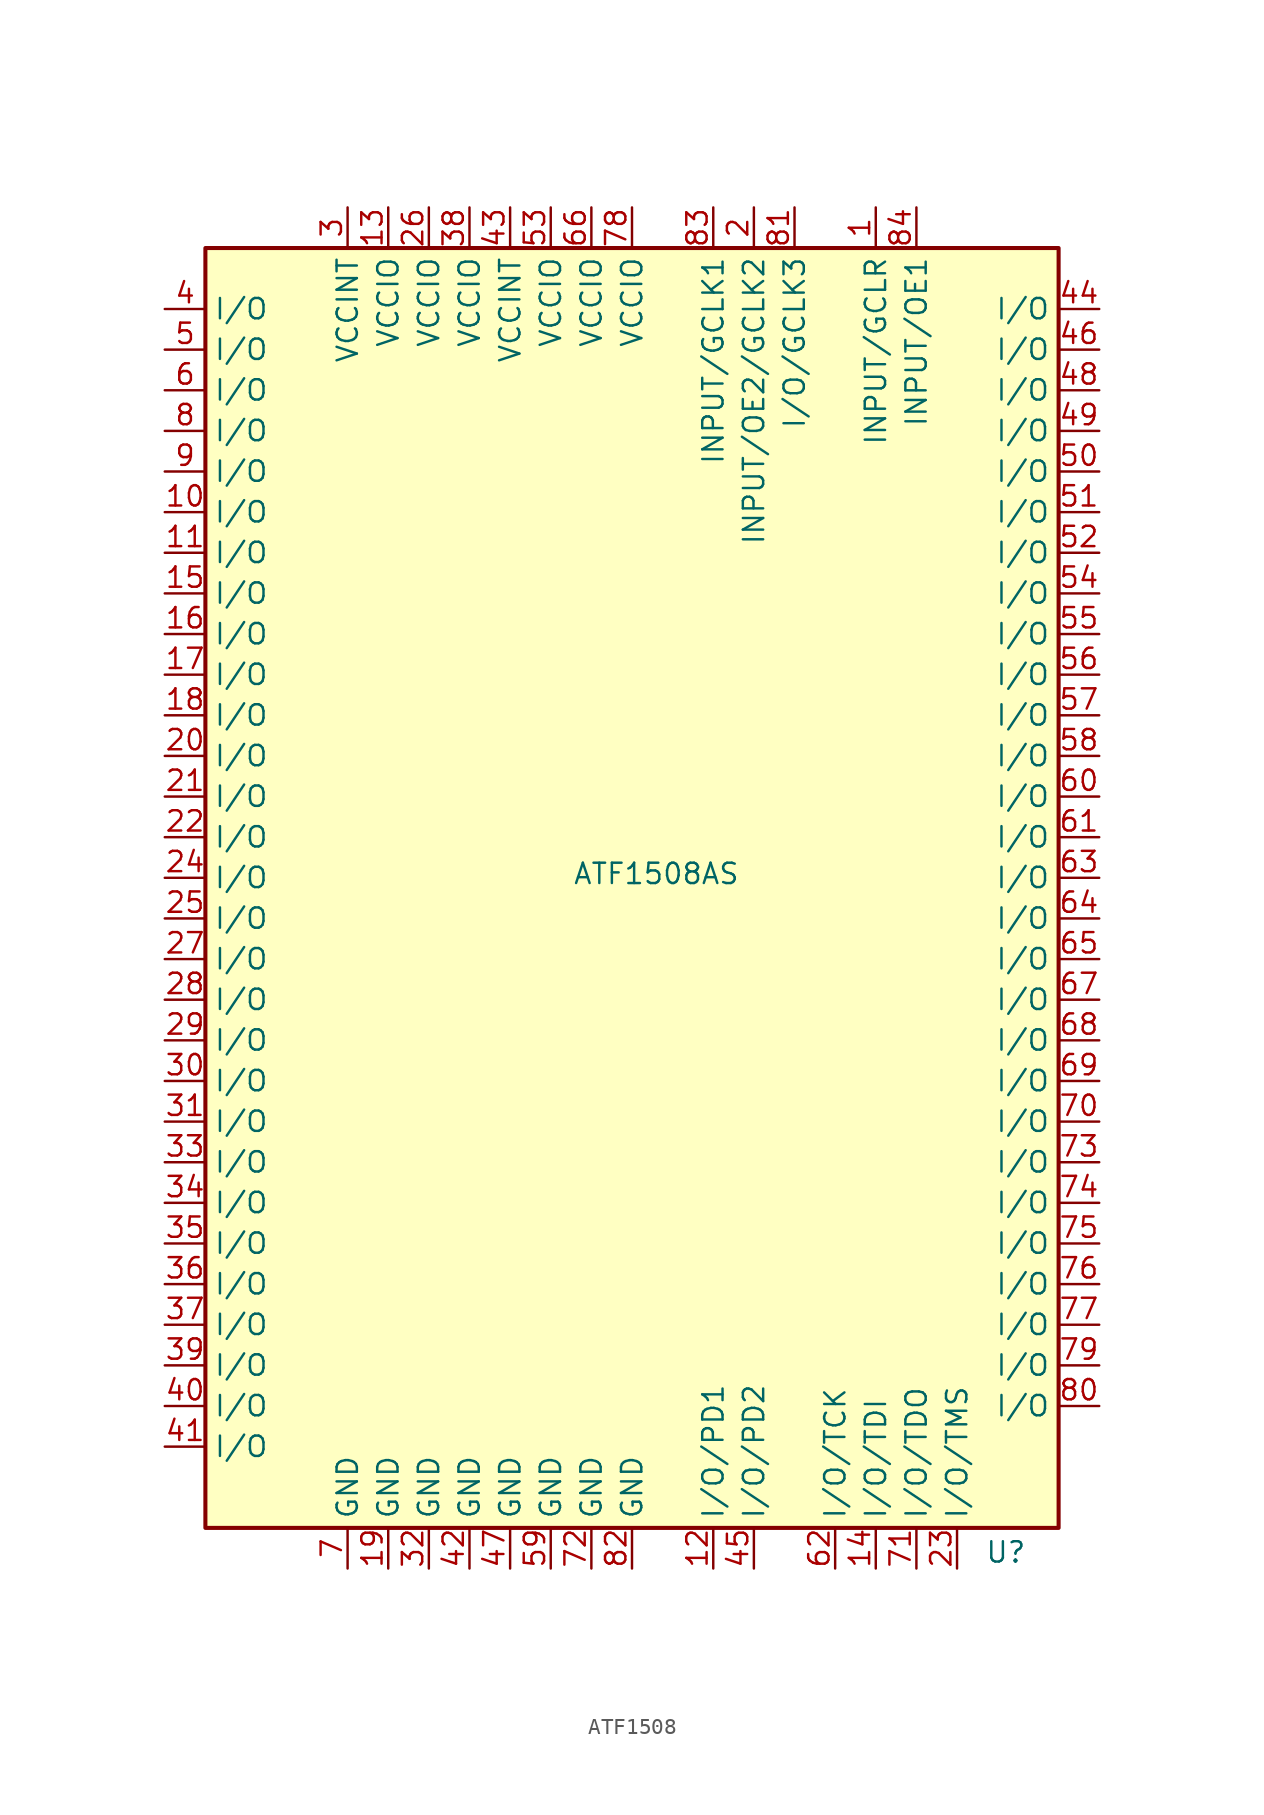
<source format=kicad_sym>
(kicad_symbol_lib
  (version 20231120)
  (generator "kicad_symbol_editor")
  (generator_version "8.0")
  (symbol "ATF1508"
    (property "Reference" "U"
      (at 22.098 -42.164 0)
      (effects (font (size 1.27 1.27))))
    (property "Value" "ATF1508AS"
      (at 0.254 0.254 0)
      (effects (font (size 1.27 1.27))))
    (symbol "ATF1508_0_1"
      (rectangle (start -27.94 39.37) (end 25.4 -40.64) (stroke (width 0.254) (type default)) (fill (type background))))
    (symbol "ATF1508_1_0"
      (pin bidirectional line (at 6.35 -43.18 90) (length 2.54) (name "I/O/PD2" (effects (font (size 1.27 1.27)))) (number "45" (effects (font (size 1.27 1.27)))))
      (pin bidirectional line (at 27.94 33.02 180) (length 2.54) (name "I/O" (effects (font (size 1.27 1.27)))) (number "46" (effects (font (size 1.27 1.27)))))
      (pin power_in line (at -8.89 -43.18 90) (length 2.54) (name "GND" (effects (font (size 1.27 1.27)))) (number "47" (effects (font (size 1.27 1.27)))))
      (pin bidirectional line (at 27.94 30.48 180) (length 2.54) (name "I/O" (effects (font (size 1.27 1.27)))) (number "48" (effects (font (size 1.27 1.27)))))
      (pin bidirectional line (at 27.94 27.94 180) (length 2.54) (name "I/O" (effects (font (size 1.27 1.27)))) (number "49" (effects (font (size 1.27 1.27)))))
      (pin bidirectional line (at 27.94 25.4 180) (length 2.54) (name "I/O" (effects (font (size 1.27 1.27)))) (number "50" (effects (font (size 1.27 1.27)))))
      (pin bidirectional line (at 27.94 22.86 180) (length 2.54) (name "I/O" (effects (font (size 1.27 1.27)))) (number "51" (effects (font (size 1.27 1.27)))))
      (pin bidirectional line (at 27.94 20.32 180) (length 2.54) (name "I/O" (effects (font (size 1.27 1.27)))) (number "52" (effects (font (size 1.27 1.27)))))
      (pin power_in line (at -6.35 41.91 270) (length 2.54) (name "VCCIO" (effects (font (size 1.27 1.27)))) (number "53" (effects (font (size 1.27 1.27)))))
      (pin bidirectional line (at 27.94 17.78 180) (length 2.54) (name "I/O" (effects (font (size 1.27 1.27)))) (number "54" (effects (font (size 1.27 1.27)))))
      (pin bidirectional line (at 27.94 15.24 180) (length 2.54) (name "I/O" (effects (font (size 1.27 1.27)))) (number "55" (effects (font (size 1.27 1.27)))))
      (pin bidirectional line (at 27.94 12.7 180) (length 2.54) (name "I/O" (effects (font (size 1.27 1.27)))) (number "56" (effects (font (size 1.27 1.27)))))
      (pin bidirectional line (at 27.94 10.16 180) (length 2.54) (name "I/O" (effects (font (size 1.27 1.27)))) (number "57" (effects (font (size 1.27 1.27)))))
      (pin bidirectional line (at 27.94 7.62 180) (length 2.54) (name "I/O" (effects (font (size 1.27 1.27)))) (number "58" (effects (font (size 1.27 1.27)))))
      (pin power_in line (at -6.35 -43.18 90) (length 2.54) (name "GND" (effects (font (size 1.27 1.27)))) (number "59" (effects (font (size 1.27 1.27)))))
      (pin bidirectional line (at 27.94 5.08 180) (length 2.54) (name "I/O" (effects (font (size 1.27 1.27)))) (number "60" (effects (font (size 1.27 1.27)))))
      (pin bidirectional line (at 27.94 2.54 180) (length 2.54) (name "I/O" (effects (font (size 1.27 1.27)))) (number "61" (effects (font (size 1.27 1.27)))))
      (pin bidirectional line (at 11.43 -43.18 90) (length 2.54) (name "I/O/TCK" (effects (font (size 1.27 1.27)))) (number "62" (effects (font (size 1.27 1.27)))))
      (pin bidirectional line (at 27.94 0 180) (length 2.54) (name "I/O" (effects (font (size 1.27 1.27)))) (number "63" (effects (font (size 1.27 1.27)))))
      (pin bidirectional line (at 27.94 -2.54 180) (length 2.54) (name "I/O" (effects (font (size 1.27 1.27)))) (number "64" (effects (font (size 1.27 1.27)))))
      (pin bidirectional line (at 27.94 -5.08 180) (length 2.54) (name "I/O" (effects (font (size 1.27 1.27)))) (number "65" (effects (font (size 1.27 1.27)))))
      (pin power_in line (at -3.81 41.91 270) (length 2.54) (name "VCCIO" (effects (font (size 1.27 1.27)))) (number "66" (effects (font (size 1.27 1.27)))))
      (pin bidirectional line (at 27.94 -7.62 180) (length 2.54) (name "I/O" (effects (font (size 1.27 1.27)))) (number "67" (effects (font (size 1.27 1.27)))))
      (pin bidirectional line (at 27.94 -10.16 180) (length 2.54) (name "I/O" (effects (font (size 1.27 1.27)))) (number "68" (effects (font (size 1.27 1.27)))))
      (pin bidirectional line (at 27.94 -12.7 180) (length 2.54) (name "I/O" (effects (font (size 1.27 1.27)))) (number "69" (effects (font (size 1.27 1.27)))))
      (pin bidirectional line (at 27.94 -15.24 180) (length 2.54) (name "I/O" (effects (font (size 1.27 1.27)))) (number "70" (effects (font (size 1.27 1.27)))))
      (pin bidirectional line (at 16.51 -43.18 90) (length 2.54) (name "I/O/TDO" (effects (font (size 1.27 1.27)))) (number "71" (effects (font (size 1.27 1.27)))))
      (pin power_in line (at -3.81 -43.18 90) (length 2.54) (name "GND" (effects (font (size 1.27 1.27)))) (number "72" (effects (font (size 1.27 1.27)))))
      (pin bidirectional line (at 27.94 -17.78 180) (length 2.54) (name "I/O" (effects (font (size 1.27 1.27)))) (number "73" (effects (font (size 1.27 1.27)))))
      (pin bidirectional line (at 27.94 -20.32 180) (length 2.54) (name "I/O" (effects (font (size 1.27 1.27)))) (number "74" (effects (font (size 1.27 1.27)))))
      (pin bidirectional line (at 27.94 -22.86 180) (length 2.54) (name "I/O" (effects (font (size 1.27 1.27)))) (number "75" (effects (font (size 1.27 1.27)))))
      (pin bidirectional line (at 27.94 -25.4 180) (length 2.54) (name "I/O" (effects (font (size 1.27 1.27)))) (number "76" (effects (font (size 1.27 1.27)))))
      (pin bidirectional line (at 27.94 -27.94 180) (length 2.54) (name "I/O" (effects (font (size 1.27 1.27)))) (number "77" (effects (font (size 1.27 1.27)))))
      (pin power_in line (at -1.27 41.91 270) (length 2.54) (name "VCCIO" (effects (font (size 1.27 1.27)))) (number "78" (effects (font (size 1.27 1.27)))))
      (pin bidirectional line (at 27.94 -30.48 180) (length 2.54) (name "I/O" (effects (font (size 1.27 1.27)))) (number "79" (effects (font (size 1.27 1.27)))))
      (pin bidirectional line (at 27.94 -33.02 180) (length 2.54) (name "I/O" (effects (font (size 1.27 1.27)))) (number "80" (effects (font (size 1.27 1.27)))))
      (pin bidirectional line (at 8.89 41.91 270) (length 2.54) (name "I/O/GCLK3" (effects (font (size 1.27 1.27)))) (number "81" (effects (font (size 1.27 1.27)))))
      (pin power_in line (at -1.27 -43.18 90) (length 2.54) (name "GND" (effects (font (size 1.27 1.27)))) (number "82" (effects (font (size 1.27 1.27)))))
      (pin bidirectional line (at 3.81 41.91 270) (length 2.54) (name "INPUT/GCLK1" (effects (font (size 1.27 1.27)))) (number "83" (effects (font (size 1.27 1.27)))))
      (pin bidirectional line (at 16.51 41.91 270) (length 2.54) (name "INPUT/OE1" (effects (font (size 1.27 1.27)))) (number "84" (effects (font (size 1.27 1.27))))))
    (symbol "ATF1508_1_1"
      (pin input line (at 13.97 41.91 270) (length 2.54) (name "INPUT/GCLR" (effects (font (size 1.27 1.27)))) (number "1" (effects (font (size 1.27 1.27)))))
      (pin bidirectional line (at -30.48 22.86 0) (length 2.54) (name "I/O" (effects (font (size 1.27 1.27)))) (number "10" (effects (font (size 1.27 1.27)))))
      (pin bidirectional line (at -30.48 20.32 0) (length 2.54) (name "I/O" (effects (font (size 1.27 1.27)))) (number "11" (effects (font (size 1.27 1.27)))))
      (pin bidirectional line (at 3.81 -43.18 90) (length 2.54) (name "I/O/PD1" (effects (font (size 1.27 1.27)))) (number "12" (effects (font (size 1.27 1.27)))))
      (pin power_in line (at -16.51 41.91 270) (length 2.54) (name "VCCIO" (effects (font (size 1.27 1.27)))) (number "13" (effects (font (size 1.27 1.27)))))
      (pin bidirectional line (at 13.97 -43.18 90) (length 2.54) (name "I/O/TDI" (effects (font (size 1.27 1.27)))) (number "14" (effects (font (size 1.27 1.27)))))
      (pin bidirectional line (at -30.48 17.78 0) (length 2.54) (name "I/O" (effects (font (size 1.27 1.27)))) (number "15" (effects (font (size 1.27 1.27)))))
      (pin bidirectional line (at -30.48 15.24 0) (length 2.54) (name "I/O" (effects (font (size 1.27 1.27)))) (number "16" (effects (font (size 1.27 1.27)))))
      (pin bidirectional line (at -30.48 12.7 0) (length 2.54) (name "I/O" (effects (font (size 1.27 1.27)))) (number "17" (effects (font (size 1.27 1.27)))))
      (pin bidirectional line (at -30.48 10.16 0) (length 2.54) (name "I/O" (effects (font (size 1.27 1.27)))) (number "18" (effects (font (size 1.27 1.27)))))
      (pin power_in line (at -16.51 -43.18 90) (length 2.54) (name "GND" (effects (font (size 1.27 1.27)))) (number "19" (effects (font (size 1.27 1.27)))))
      (pin input line (at 6.35 41.91 270) (length 2.54) (name "INPUT/OE2/GCLK2" (effects (font (size 1.27 1.27)))) (number "2" (effects (font (size 1.27 1.27)))))
      (pin bidirectional line (at -30.48 7.62 0) (length 2.54) (name "I/O" (effects (font (size 1.27 1.27)))) (number "20" (effects (font (size 1.27 1.27)))))
      (pin bidirectional line (at -30.48 5.08 0) (length 2.54) (name "I/O" (effects (font (size 1.27 1.27)))) (number "21" (effects (font (size 1.27 1.27)))))
      (pin bidirectional line (at -30.48 2.54 0) (length 2.54) (name "I/O" (effects (font (size 1.27 1.27)))) (number "22" (effects (font (size 1.27 1.27)))))
      (pin bidirectional line (at 19.05 -43.18 90) (length 2.54) (name "I/O/TMS" (effects (font (size 1.27 1.27)))) (number "23" (effects (font (size 1.27 1.27)))))
      (pin bidirectional line (at -30.48 0 0) (length 2.54) (name "I/O" (effects (font (size 1.27 1.27)))) (number "24" (effects (font (size 1.27 1.27)))))
      (pin bidirectional line (at -30.48 -2.54 0) (length 2.54) (name "I/O" (effects (font (size 1.27 1.27)))) (number "25" (effects (font (size 1.27 1.27)))))
      (pin power_in line (at -13.97 41.91 270) (length 2.54) (name "VCCIO" (effects (font (size 1.27 1.27)))) (number "26" (effects (font (size 1.27 1.27)))))
      (pin bidirectional line (at -30.48 -5.08 0) (length 2.54) (name "I/O" (effects (font (size 1.27 1.27)))) (number "27" (effects (font (size 1.27 1.27)))))
      (pin bidirectional line (at -30.48 -7.62 0) (length 2.54) (name "I/O" (effects (font (size 1.27 1.27)))) (number "28" (effects (font (size 1.27 1.27)))))
      (pin bidirectional line (at -30.48 -10.16 0) (length 2.54) (name "I/O" (effects (font (size 1.27 1.27)))) (number "29" (effects (font (size 1.27 1.27)))))
      (pin power_in line (at -19.05 41.91 270) (length 2.54) (name "VCCINT" (effects (font (size 1.27 1.27)))) (number "3" (effects (font (size 1.27 1.27)))))
      (pin bidirectional line (at -30.48 -12.7 0) (length 2.54) (name "I/O" (effects (font (size 1.27 1.27)))) (number "30" (effects (font (size 1.27 1.27)))))
      (pin bidirectional line (at -30.48 -15.24 0) (length 2.54) (name "I/O" (effects (font (size 1.27 1.27)))) (number "31" (effects (font (size 1.27 1.27)))))
      (pin power_in line (at -13.97 -43.18 90) (length 2.54) (name "GND" (effects (font (size 1.27 1.27)))) (number "32" (effects (font (size 1.27 1.27)))))
      (pin bidirectional line (at -30.48 -17.78 0) (length 2.54) (name "I/O" (effects (font (size 1.27 1.27)))) (number "33" (effects (font (size 1.27 1.27)))))
      (pin bidirectional line (at -30.48 -20.32 0) (length 2.54) (name "I/O" (effects (font (size 1.27 1.27)))) (number "34" (effects (font (size 1.27 1.27)))))
      (pin bidirectional line (at -30.48 -22.86 0) (length 2.54) (name "I/O" (effects (font (size 1.27 1.27)))) (number "35" (effects (font (size 1.27 1.27)))))
      (pin bidirectional line (at -30.48 -25.4 0) (length 2.54) (name "I/O" (effects (font (size 1.27 1.27)))) (number "36" (effects (font (size 1.27 1.27)))))
      (pin bidirectional line (at -30.48 -27.94 0) (length 2.54) (name "I/O" (effects (font (size 1.27 1.27)))) (number "37" (effects (font (size 1.27 1.27)))))
      (pin power_in line (at -11.43 41.91 270) (length 2.54) (name "VCCIO" (effects (font (size 1.27 1.27)))) (number "38" (effects (font (size 1.27 1.27)))))
      (pin bidirectional line (at -30.48 -30.48 0) (length 2.54) (name "I/O" (effects (font (size 1.27 1.27)))) (number "39" (effects (font (size 1.27 1.27)))))
      (pin bidirectional line (at -30.48 35.56 0) (length 2.54) (name "I/O" (effects (font (size 1.27 1.27)))) (number "4" (effects (font (size 1.27 1.27)))))
      (pin bidirectional line (at -30.48 -33.02 0) (length 2.54) (name "I/O" (effects (font (size 1.27 1.27)))) (number "40" (effects (font (size 1.27 1.27)))))
      (pin bidirectional line (at -30.48 -35.56 0) (length 2.54) (name "I/O" (effects (font (size 1.27 1.27)))) (number "41" (effects (font (size 1.27 1.27)))))
      (pin power_in line (at -11.43 -43.18 90) (length 2.54) (name "GND" (effects (font (size 1.27 1.27)))) (number "42" (effects (font (size 1.27 1.27)))))
      (pin power_in line (at -8.89 41.91 270) (length 2.54) (name "VCCINT" (effects (font (size 1.27 1.27)))) (number "43" (effects (font (size 1.27 1.27)))))
      (pin bidirectional line (at 27.94 35.56 180) (length 2.54) (name "I/O" (effects (font (size 1.27 1.27)))) (number "44" (effects (font (size 1.27 1.27)))))
      (pin bidirectional line (at -30.48 33.02 0) (length 2.54) (name "I/O" (effects (font (size 1.27 1.27)))) (number "5" (effects (font (size 1.27 1.27)))))
      (pin bidirectional line (at -30.48 30.48 0) (length 2.54) (name "I/O" (effects (font (size 1.27 1.27)))) (number "6" (effects (font (size 1.27 1.27)))))
      (pin power_in line (at -19.05 -43.18 90) (length 2.54) (name "GND" (effects (font (size 1.27 1.27)))) (number "7" (effects (font (size 1.27 1.27)))))
      (pin bidirectional line (at -30.48 27.94 0) (length 2.54) (name "I/O" (effects (font (size 1.27 1.27)))) (number "8" (effects (font (size 1.27 1.27)))))
      (pin bidirectional line (at -30.48 25.4 0) (length 2.54) (name "I/O" (effects (font (size 1.27 1.27)))) (number "9" (effects (font (size 1.27 1.27))))))))
</source>
